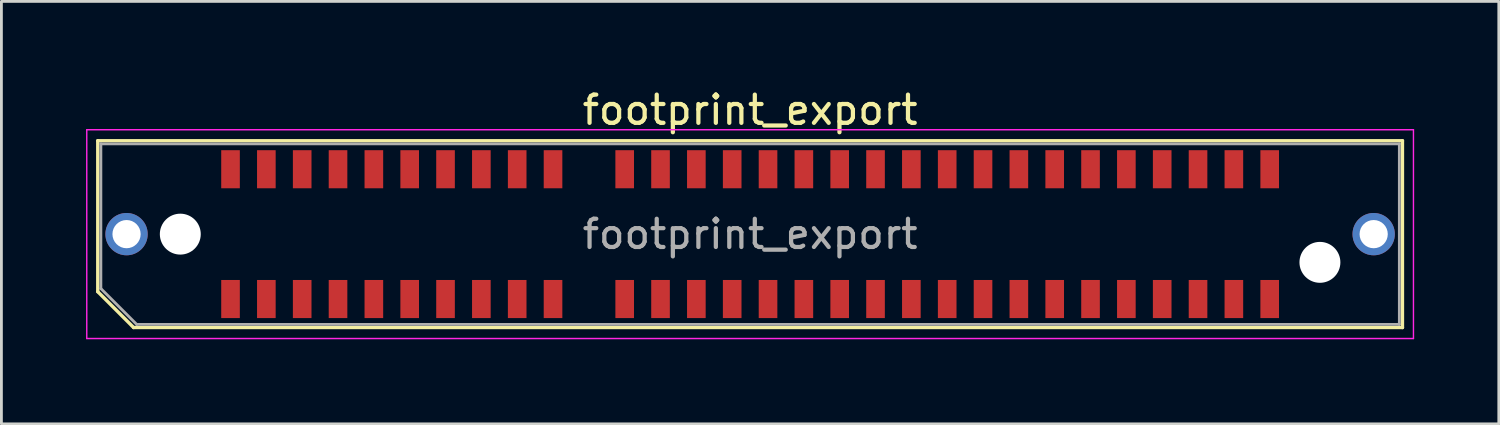
<source format=kicad_pcb>
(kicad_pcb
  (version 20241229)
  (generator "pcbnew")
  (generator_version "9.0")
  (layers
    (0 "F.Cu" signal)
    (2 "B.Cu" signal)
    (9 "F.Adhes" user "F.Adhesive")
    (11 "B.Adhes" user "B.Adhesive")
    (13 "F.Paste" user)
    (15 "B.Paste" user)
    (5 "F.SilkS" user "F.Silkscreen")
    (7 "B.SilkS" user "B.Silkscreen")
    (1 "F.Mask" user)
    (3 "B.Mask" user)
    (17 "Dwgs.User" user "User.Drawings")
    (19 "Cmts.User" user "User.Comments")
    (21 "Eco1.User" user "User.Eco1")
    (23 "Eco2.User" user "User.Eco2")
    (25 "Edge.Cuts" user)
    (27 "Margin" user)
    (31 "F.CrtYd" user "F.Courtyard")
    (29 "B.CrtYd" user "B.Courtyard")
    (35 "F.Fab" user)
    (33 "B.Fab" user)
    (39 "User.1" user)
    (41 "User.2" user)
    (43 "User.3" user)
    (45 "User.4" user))
  (footprint "footprint_export"
    (layer "F.Cu")
    (at 23.535 5.248)
    (property "Reference" "footprint_export" (at 0 -4.4 0) (layer "F.SilkS") (effects (font (size 1 1) (thickness 0.15))))
    (attr smd)
    (fp_line (start -23.12 -3.31) (end 23.12 -3.31) (stroke (width 0.12) (type solid)) (layer "F.SilkS"))
    (fp_line (start -23.12 2.04) (end -23.12 -3.31) (stroke (width 0.12) (type solid)) (layer "F.SilkS"))
    (fp_line (start -21.85 3.31) (end -23.12 2.04) (stroke (width 0.12) (type solid)) (layer "F.SilkS"))
    (fp_line (start -21.85 3.31) (end 23.12 3.31) (stroke (width 0.12) (type solid)) (layer "F.SilkS"))
    (fp_line (start 23.12 3.31) (end 23.12 -3.31) (stroke (width 0.12) (type solid)) (layer "F.SilkS"))
    (fp_line (start -23.51 -3.7) (end -23.51 3.7) (stroke (width 0.05) (type solid)) (layer "F.CrtYd"))
    (fp_line (start -23.51 3.7) (end 23.51 3.7) (stroke (width 0.05) (type solid)) (layer "F.CrtYd"))
    (fp_line (start 23.51 -3.7) (end -23.51 -3.7) (stroke (width 0.05) (type solid)) (layer "F.CrtYd"))
    (fp_line (start 23.51 3.7) (end 23.51 -3.7) (stroke (width 0.05) (type solid)) (layer "F.CrtYd"))
    (fp_line (start -23.01 -3.2) (end 23.01 -3.2) (stroke (width 0.1) (type solid)) (layer "F.Fab"))
    (fp_line (start -23.01 1.93) (end -23.01 -3.2) (stroke (width 0.1) (type solid)) (layer "F.Fab"))
    (fp_line (start -23.01 1.93) (end -21.74 3.2) (stroke (width 0.1) (type solid)) (layer "F.Fab"))
    (fp_line (start -21.74 3.2) (end 23.01 3.2) (stroke (width 0.1) (type solid)) (layer "F.Fab"))
    (fp_line (start 23.01 3.2) (end 23.01 -3.2) (stroke (width 0.1) (type solid)) (layer "F.Fab"))
    (fp_text user "${REFERENCE}" (at 0 0 0) (layer "F.Fab") (effects (font (size 1 1) (thickness 0.15))))
    (pad "" thru_hole circle (at -22.1 0) (size 1.5 1.5) (drill 1) (layers "*.Cu" "*.Mask"))
    (pad "" np_thru_hole circle (at -20.195 0) (size 1.45 1.45) (drill 1.45) (layers "*.Cu" "*.Mask"))
    (pad "" np_thru_hole circle (at 20.195 1) (size 1.45 1.45) (drill 1.45) (layers "*.Cu" "*.Mask"))
    (pad "" thru_hole circle (at 22.1 0) (size 1.5 1.5) (drill 1) (layers "*.Cu" "*.Mask"))
    (pad "1" smd rect (at -18.415 2.3) (size 0.66 1.35) (layers "F.Cu" "F.Mask" "F.Paste"))
    (pad "2" smd rect (at -18.415 -2.3) (size 0.66 1.35) (layers "F.Cu" "F.Mask" "F.Paste"))
    (pad "3" smd rect (at -17.145 2.3) (size 0.66 1.35) (layers "F.Cu" "F.Mask" "F.Paste"))
    (pad "4" smd rect (at -17.145 -2.3) (size 0.66 1.35) (layers "F.Cu" "F.Mask" "F.Paste"))
    (pad "5" smd rect (at -15.875 2.3) (size 0.66 1.35) (layers "F.Cu" "F.Mask" "F.Paste"))
    (pad "6" smd rect (at -15.875 -2.3) (size 0.66 1.35) (layers "F.Cu" "F.Mask" "F.Paste"))
    (pad "7" smd rect (at -14.605 2.3) (size 0.66 1.35) (layers "F.Cu" "F.Mask" "F.Paste"))
    (pad "8" smd rect (at -14.605 -2.3) (size 0.66 1.35) (layers "F.Cu" "F.Mask" "F.Paste"))
    (pad "9" smd rect (at -13.335 2.3) (size 0.66 1.35) (layers "F.Cu" "F.Mask" "F.Paste"))
    (pad "10" smd rect (at -13.335 -2.3) (size 0.66 1.35) (layers "F.Cu" "F.Mask" "F.Paste"))
    (pad "11" smd rect (at -12.065 2.3) (size 0.66 1.35) (layers "F.Cu" "F.Mask" "F.Paste"))
    (pad "12" smd rect (at -12.065 -2.3) (size 0.66 1.35) (layers "F.Cu" "F.Mask" "F.Paste"))
    (pad "13" smd rect (at -10.795 2.3) (size 0.66 1.35) (layers "F.Cu" "F.Mask" "F.Paste"))
    (pad "14" smd rect (at -10.795 -2.3) (size 0.66 1.35) (layers "F.Cu" "F.Mask" "F.Paste"))
    (pad "15" smd rect (at -9.525 2.3) (size 0.66 1.35) (layers "F.Cu" "F.Mask" "F.Paste"))
    (pad "16" smd rect (at -9.525 -2.3) (size 0.66 1.35) (layers "F.Cu" "F.Mask" "F.Paste"))
    (pad "17" smd rect (at -8.255 2.3) (size 0.66 1.35) (layers "F.Cu" "F.Mask" "F.Paste"))
    (pad "18" smd rect (at -8.255 -2.3) (size 0.66 1.35) (layers "F.Cu" "F.Mask" "F.Paste"))
    (pad "19" smd rect (at -6.985 2.3) (size 0.66 1.35) (layers "F.Cu" "F.Mask" "F.Paste"))
    (pad "20" smd rect (at -6.985 -2.3) (size 0.66 1.35) (layers "F.Cu" "F.Mask" "F.Paste"))
    (pad "23" smd rect (at -4.445 2.3) (size 0.66 1.35) (layers "F.Cu" "F.Mask" "F.Paste"))
    (pad "24" smd rect (at -4.445 -2.3) (size 0.66 1.35) (layers "F.Cu" "F.Mask" "F.Paste"))
    (pad "25" smd rect (at -3.175 2.3) (size 0.66 1.35) (layers "F.Cu" "F.Mask" "F.Paste"))
    (pad "26" smd rect (at -3.175 -2.3) (size 0.66 1.35) (layers "F.Cu" "F.Mask" "F.Paste"))
    (pad "27" smd rect (at -1.905 2.3) (size 0.66 1.35) (layers "F.Cu" "F.Mask" "F.Paste"))
    (pad "28" smd rect (at -1.905 -2.3) (size 0.66 1.35) (layers "F.Cu" "F.Mask" "F.Paste"))
    (pad "29" smd rect (at -0.635 2.3) (size 0.66 1.35) (layers "F.Cu" "F.Mask" "F.Paste"))
    (pad "30" smd rect (at -0.635 -2.3) (size 0.66 1.35) (layers "F.Cu" "F.Mask" "F.Paste"))
    (pad "31" smd rect (at 0.635 2.3) (size 0.66 1.35) (layers "F.Cu" "F.Mask" "F.Paste"))
    (pad "32" smd rect (at 0.635 -2.3) (size 0.66 1.35) (layers "F.Cu" "F.Mask" "F.Paste"))
    (pad "33" smd rect (at 1.905 2.3) (size 0.66 1.35) (layers "F.Cu" "F.Mask" "F.Paste"))
    (pad "34" smd rect (at 1.905 -2.3) (size 0.66 1.35) (layers "F.Cu" "F.Mask" "F.Paste"))
    (pad "35" smd rect (at 3.175 2.3) (size 0.66 1.35) (layers "F.Cu" "F.Mask" "F.Paste"))
    (pad "36" smd rect (at 3.175 -2.3) (size 0.66 1.35) (layers "F.Cu" "F.Mask" "F.Paste"))
    (pad "37" smd rect (at 4.445 2.3) (size 0.66 1.35) (layers "F.Cu" "F.Mask" "F.Paste"))
    (pad "38" smd rect (at 4.445 -2.3) (size 0.66 1.35) (layers "F.Cu" "F.Mask" "F.Paste"))
    (pad "39" smd rect (at 5.715 2.3) (size 0.66 1.35) (layers "F.Cu" "F.Mask" "F.Paste"))
    (pad "40" smd rect (at 5.715 -2.3) (size 0.66 1.35) (layers "F.Cu" "F.Mask" "F.Paste"))
    (pad "41" smd rect (at 6.985 2.3) (size 0.66 1.35) (layers "F.Cu" "F.Mask" "F.Paste"))
    (pad "42" smd rect (at 6.985 -2.3) (size 0.66 1.35) (layers "F.Cu" "F.Mask" "F.Paste"))
    (pad "43" smd rect (at 8.255 2.3) (size 0.66 1.35) (layers "F.Cu" "F.Mask" "F.Paste"))
    (pad "44" smd rect (at 8.255 -2.3) (size 0.66 1.35) (layers "F.Cu" "F.Mask" "F.Paste"))
    (pad "45" smd rect (at 9.525 2.3) (size 0.66 1.35) (layers "F.Cu" "F.Mask" "F.Paste"))
    (pad "46" smd rect (at 9.525 -2.3) (size 0.66 1.35) (layers "F.Cu" "F.Mask" "F.Paste"))
    (pad "47" smd rect (at 10.795 2.3) (size 0.66 1.35) (layers "F.Cu" "F.Mask" "F.Paste"))
    (pad "48" smd rect (at 10.795 -2.3) (size 0.66 1.35) (layers "F.Cu" "F.Mask" "F.Paste"))
    (pad "49" smd rect (at 12.065 2.3) (size 0.66 1.35) (layers "F.Cu" "F.Mask" "F.Paste"))
    (pad "50" smd rect (at 12.065 -2.3) (size 0.66 1.35) (layers "F.Cu" "F.Mask" "F.Paste"))
    (pad "51" smd rect (at 13.335 2.3) (size 0.66 1.35) (layers "F.Cu" "F.Mask" "F.Paste"))
    (pad "52" smd rect (at 13.335 -2.3) (size 0.66 1.35) (layers "F.Cu" "F.Mask" "F.Paste"))
    (pad "53" smd rect (at 14.605 2.3) (size 0.66 1.35) (layers "F.Cu" "F.Mask" "F.Paste"))
    (pad "54" smd rect (at 14.605 -2.3) (size 0.66 1.35) (layers "F.Cu" "F.Mask" "F.Paste"))
    (pad "55" smd rect (at 15.875 2.3) (size 0.66 1.35) (layers "F.Cu" "F.Mask" "F.Paste"))
    (pad "56" smd rect (at 15.875 -2.3) (size 0.66 1.35) (layers "F.Cu" "F.Mask" "F.Paste"))
    (pad "57" smd rect (at 17.145 2.3) (size 0.66 1.35) (layers "F.Cu" "F.Mask" "F.Paste"))
    (pad "58" smd rect (at 17.145 -2.3) (size 0.66 1.35) (layers "F.Cu" "F.Mask" "F.Paste"))
    (pad "59" smd rect (at 18.415 2.3) (size 0.66 1.35) (layers "F.Cu" "F.Mask" "F.Paste"))
    (pad "60" smd rect (at 18.415 -2.3) (size 0.66 1.35) (layers "F.Cu" "F.Mask" "F.Paste")))
  (gr_rect
    (start -3 -3)
    (end 50.07 11.973)
    (stroke (width 0.1) (type default))
    (fill no)
    (layer "Edge.Cuts")))
</source>
